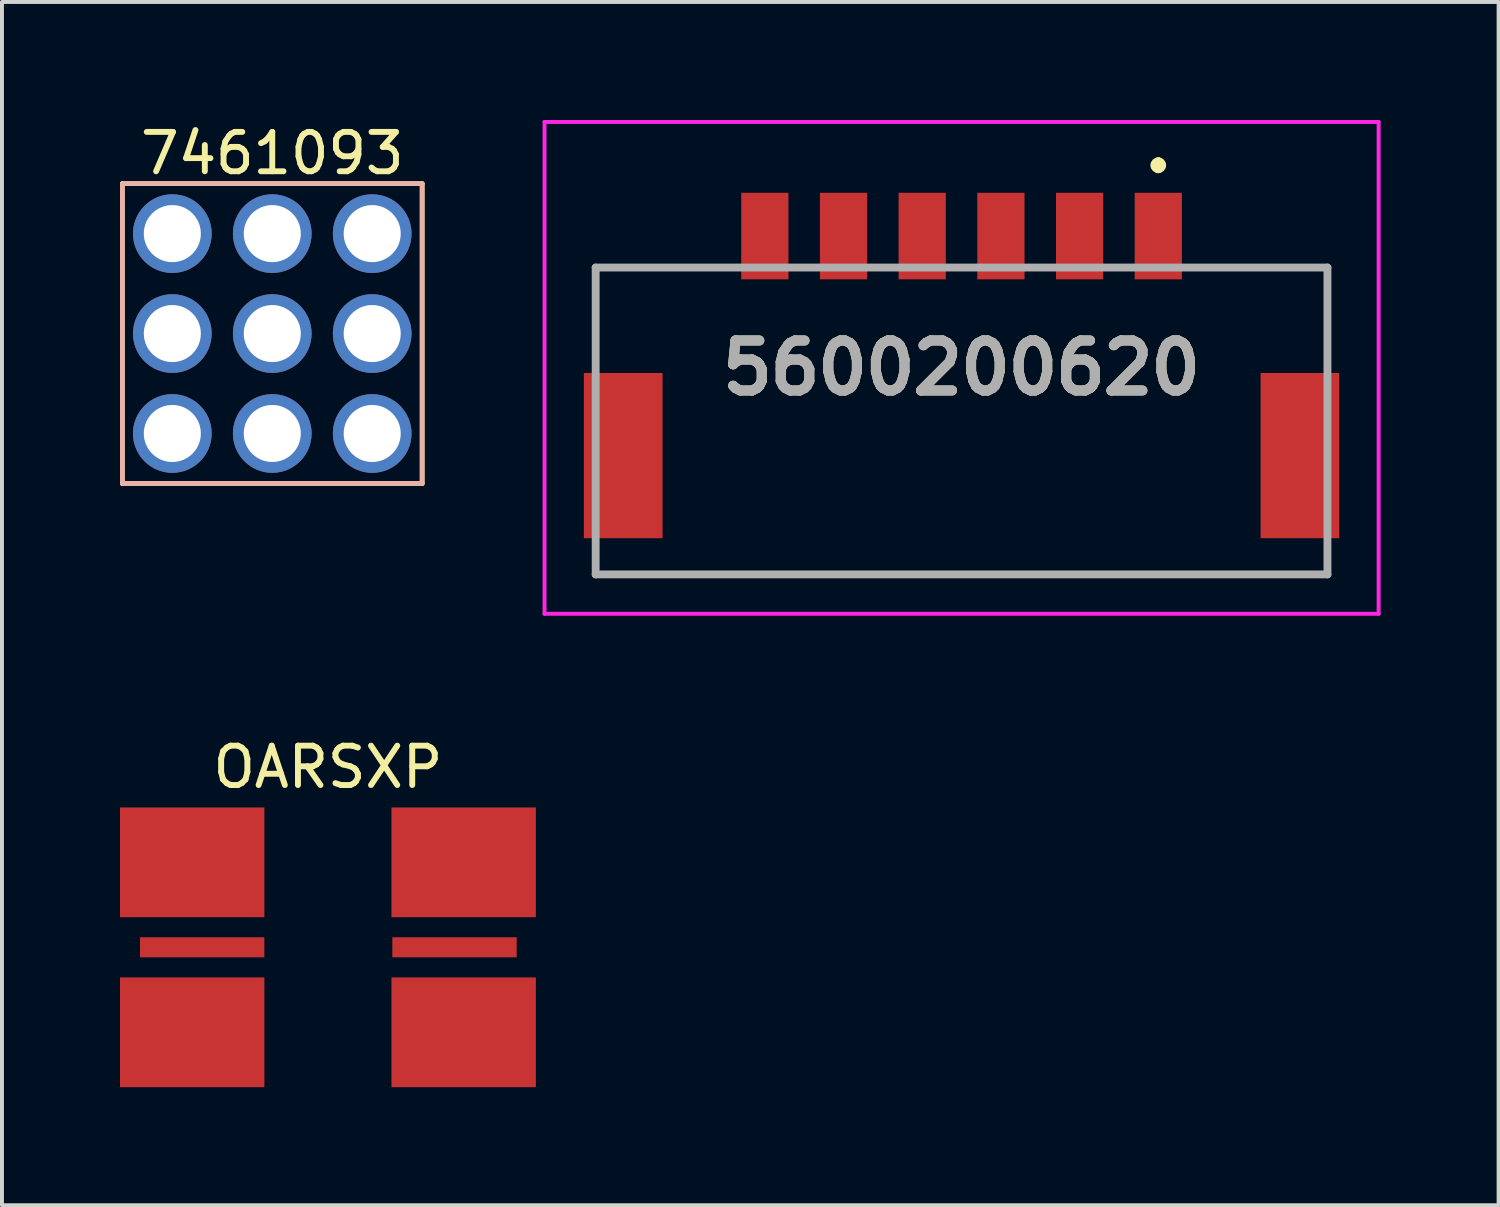
<source format=kicad_pcb>
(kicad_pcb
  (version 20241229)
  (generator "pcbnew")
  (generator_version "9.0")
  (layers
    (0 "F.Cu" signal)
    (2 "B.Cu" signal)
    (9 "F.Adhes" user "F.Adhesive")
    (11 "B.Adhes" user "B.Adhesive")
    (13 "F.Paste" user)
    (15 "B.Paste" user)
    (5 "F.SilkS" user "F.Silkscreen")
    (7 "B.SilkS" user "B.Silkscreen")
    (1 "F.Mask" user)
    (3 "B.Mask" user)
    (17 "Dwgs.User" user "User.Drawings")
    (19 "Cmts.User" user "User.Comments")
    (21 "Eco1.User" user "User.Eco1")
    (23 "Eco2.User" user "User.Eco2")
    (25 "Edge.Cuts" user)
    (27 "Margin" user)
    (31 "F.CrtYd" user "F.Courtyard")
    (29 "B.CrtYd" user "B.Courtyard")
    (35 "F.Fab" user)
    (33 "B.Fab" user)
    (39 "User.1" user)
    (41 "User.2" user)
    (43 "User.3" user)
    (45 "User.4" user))
  (footprint "7461093"
    (layer "F.Cu")
    (at 3.87 5.428)
    (property "Reference" "7461093" (at 0 -4.58 0) (layer "F.SilkS") (effects (font (size 1 1) (thickness 0.15))))
    (attr through_hole)
    (fp_line (start -3.81 -3.81) (end 3.81 -3.81) (stroke (width 0.12) (type solid)) (layer "F.SilkS"))
    (fp_line (start -3.81 3.81) (end -3.81 -3.81) (stroke (width 0.12) (type solid)) (layer "F.SilkS"))
    (fp_line (start 3.81 -3.81) (end 3.81 3.81) (stroke (width 0.12) (type solid)) (layer "F.SilkS"))
    (fp_line (start 3.81 3.81) (end -3.81 3.81) (stroke (width 0.12) (type solid)) (layer "F.SilkS"))
    (fp_line (start -3.81 -3.81) (end 3.81 -3.81) (stroke (width 0.12) (type solid)) (layer "B.SilkS"))
    (fp_line (start -3.81 3.81) (end -3.81 -3.81) (stroke (width 0.12) (type solid)) (layer "B.SilkS"))
    (fp_line (start 3.81 -3.81) (end 3.81 3.81) (stroke (width 0.12) (type solid)) (layer "B.SilkS"))
    (fp_line (start 3.81 3.81) (end -3.81 3.81) (stroke (width 0.12) (type solid)) (layer "B.SilkS"))
    (pad "1" thru_hole circle (at -2.54 -2.54) (size 2 2) (drill 1.45) (layers "*.Cu" "*.Mask"))
    (pad "1" thru_hole circle (at -2.54 0) (size 2 2) (drill 1.45) (layers "*.Cu" "*.Mask"))
    (pad "1" thru_hole circle (at -2.54 2.54) (size 2 2) (drill 1.45) (layers "*.Cu" "*.Mask"))
    (pad "1" thru_hole circle (at 0 -2.54) (size 2 2) (drill 1.45) (layers "*.Cu" "*.Mask"))
    (pad "1" thru_hole circle (at 0 0) (size 2 2) (drill 1.45) (layers "*.Cu" "*.Mask"))
    (pad "1" thru_hole circle (at 0 2.54) (size 2 2) (drill 1.45) (layers "*.Cu" "*.Mask"))
    (pad "1" thru_hole circle (at 2.54 -2.54) (size 2 2) (drill 1.45) (layers "*.Cu" "*.Mask"))
    (pad "1" thru_hole circle (at 2.54 0) (size 2 2) (drill 1.45) (layers "*.Cu" "*.Mask"))
    (pad "1" thru_hole circle (at 2.54 2.54) (size 2 2) (drill 1.45) (layers "*.Cu" "*.Mask")))
  (footprint "5600200620"
    (layer "F.Cu")
    (at 21.39 7.25)
    (property "Reference" "5600200620" (at 0 -0.95 0) (layer "F.SilkS") (effects (font (size 1.27 1.27) (thickness 0.254))))
    (attr smd)
    (fp_line (start -9.3 4.3) (end 9.3 4.3) (stroke (width 0.1) (type solid)) (layer "F.SilkS"))
    (fp_line (start 5 -6.2) (end 5 -6.2) (stroke (width 0.2) (type solid)) (layer "F.SilkS"))
    (fp_line (start 5 -6) (end 5 -6) (stroke (width 0.2) (type solid)) (layer "F.SilkS"))
    (fp_arc (start 5 -6.2) (mid 5.1 -6.1) (end 5 -6) (stroke (width 0.2) (type solid)) (layer "F.SilkS"))
    (fp_arc (start 5 -6) (mid 4.9 -6.1) (end 5 -6.2) (stroke (width 0.2) (type solid)) (layer "F.SilkS"))
    (fp_line (start -10.6 -7.2) (end 10.6 -7.2) (stroke (width 0.1) (type solid)) (layer "F.CrtYd"))
    (fp_line (start -10.6 5.3) (end -10.6 -7.2) (stroke (width 0.1) (type solid)) (layer "F.CrtYd"))
    (fp_line (start 10.6 -7.2) (end 10.6 5.3) (stroke (width 0.1) (type solid)) (layer "F.CrtYd"))
    (fp_line (start 10.6 5.3) (end -10.6 5.3) (stroke (width 0.1) (type solid)) (layer "F.CrtYd"))
    (fp_line (start -9.3 -3.5) (end 9.3 -3.5) (stroke (width 0.2) (type solid)) (layer "F.Fab"))
    (fp_line (start -9.3 4.3) (end -9.3 -3.5) (stroke (width 0.2) (type solid)) (layer "F.Fab"))
    (fp_line (start 9.3 -3.5) (end 9.3 4.3) (stroke (width 0.2) (type solid)) (layer "F.Fab"))
    (fp_line (start 9.3 4.3) (end -9.3 4.3) (stroke (width 0.2) (type solid)) (layer "F.Fab"))
    (fp_text user "${REFERENCE}" (at 0 -0.95 0) (layer "F.Fab") (effects (font (size 1.27 1.27) (thickness 0.254))))
    (pad "1" smd rect (at 5 -4.3) (size 1.2 2.2) (layers "F.Cu" "F.Mask" "F.Paste"))
    (pad "2" smd rect (at 3 -4.3) (size 1.2 2.2) (layers "F.Cu" "F.Mask" "F.Paste"))
    (pad "3" smd rect (at 1 -4.3) (size 1.2 2.2) (layers "F.Cu" "F.Mask" "F.Paste"))
    (pad "4" smd rect (at -1 -4.3) (size 1.2 2.2) (layers "F.Cu" "F.Mask" "F.Paste"))
    (pad "5" smd rect (at -3 -4.3) (size 1.2 2.2) (layers "F.Cu" "F.Mask" "F.Paste"))
    (pad "6" smd rect (at -5 -4.3) (size 1.2 2.2) (layers "F.Cu" "F.Mask" "F.Paste"))
    (pad "MP1" smd rect (at -8.6 1.28) (size 2 4.2) (layers "F.Cu" "F.Mask" "F.Paste"))
    (pad "MP2" smd rect (at 8.6 1.28) (size 2 4.2) (layers "F.Cu" "F.Mask" "F.Paste")))
  (footprint "OARSXP"
    (layer "F.Cu")
    (at 5.285 21.028)
    (property "Reference" "OARSXP" (at 0 -4.58 0) (layer "F.SilkS") (effects (font (size 1 1) (thickness 0.15))))
    (attr through_hole)
    (pad "1" smd rect (at -3.45 -2.16) (size 3.67 2.79) (layers "F.Cu" "F.Mask" "F.Paste"))
    (pad "1" smd rect (at -3.45 2.16) (size 3.67 2.79) (layers "F.Cu" "F.Mask" "F.Paste"))
    (pad "2" smd rect (at -3.196 -0.001) (size 3.16 0.51) (layers "F.Cu" "F.Mask" "F.Paste"))
    (pad "3" smd rect (at 3.217 -0.001) (size 3.16 0.51) (layers "F.Cu" "F.Mask" "F.Paste"))
    (pad "4" smd rect (at 3.45 -2.16) (size 3.67 2.79) (layers "F.Cu" "F.Mask" "F.Paste"))
    (pad "4" smd rect (at 3.45 2.16) (size 3.67 2.79) (layers "F.Cu" "F.Mask" "F.Paste")))
  (gr_rect
    (start -3 -3)
    (end 35.04 27.583)
    (stroke (width 0.1) (type default))
    (fill no)
    (layer "Edge.Cuts")))
</source>
